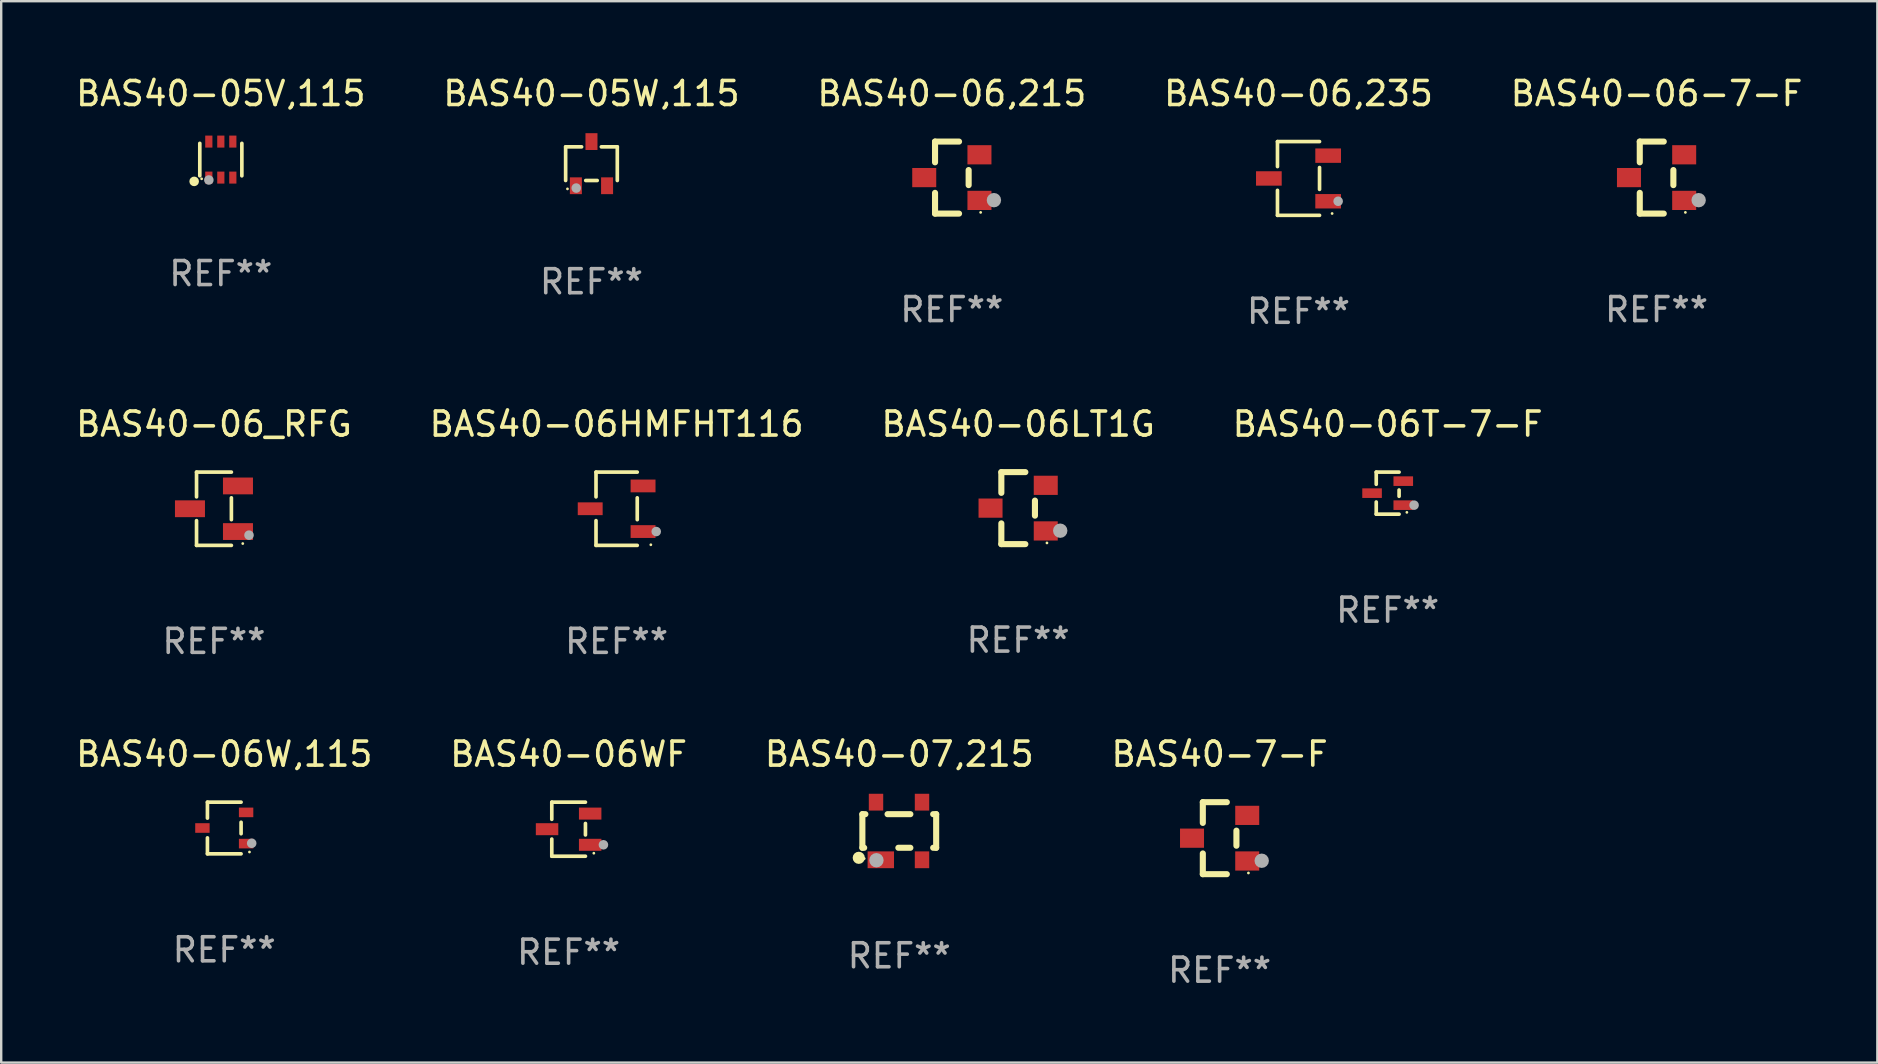
<source format=kicad_pcb>
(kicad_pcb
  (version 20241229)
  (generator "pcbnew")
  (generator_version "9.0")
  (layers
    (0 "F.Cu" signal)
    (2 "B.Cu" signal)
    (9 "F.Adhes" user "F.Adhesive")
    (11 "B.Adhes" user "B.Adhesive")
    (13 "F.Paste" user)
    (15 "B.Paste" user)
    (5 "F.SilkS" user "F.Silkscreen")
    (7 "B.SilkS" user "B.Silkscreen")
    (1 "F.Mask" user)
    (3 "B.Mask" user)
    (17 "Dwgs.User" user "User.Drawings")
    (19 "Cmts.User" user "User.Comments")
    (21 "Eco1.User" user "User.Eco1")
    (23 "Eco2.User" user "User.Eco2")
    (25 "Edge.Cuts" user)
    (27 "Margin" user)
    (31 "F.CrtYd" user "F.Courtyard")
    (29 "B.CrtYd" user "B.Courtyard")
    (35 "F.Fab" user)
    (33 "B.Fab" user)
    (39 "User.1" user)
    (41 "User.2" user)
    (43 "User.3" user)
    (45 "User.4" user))
  (footprint "BAS40-06WF"
    (layer "F.Cu")
    (at 20.637 31.492)
    (property "Reference" "BAS40-06WF" (at 0 -3.126 0) (layer "F.SilkS") (effects (font (size 1 1) (thickness 0.15))))
    (attr through_hole)
    (fp_line (start -0.701 -1.126) (end -0.701 -0.411) (stroke (width 0.152) (type solid)) (layer "F.SilkS"))
    (fp_line (start -0.701 1.126) (end -0.701 0.411) (stroke (width 0.152) (type solid)) (layer "F.SilkS"))
    (fp_line (start 0.701 -1.126) (end -0.701 -1.126) (stroke (width 0.152) (type solid)) (layer "F.SilkS"))
    (fp_line (start 0.701 -0.239) (end 0.701 0.239) (stroke (width 0.152) (type solid)) (layer "F.SilkS"))
    (fp_line (start 0.701 1.126) (end -0.701 1.126) (stroke (width 0.152) (type solid)) (layer "F.SilkS"))
    (fp_circle (center 1.05 1) (end 1.08 1) (stroke (width 0.06) (type solid)) (fill no) (layer "F.SilkS"))
    (fp_circle (center 1.45 0.65) (end 1.55 0.65) (stroke (width 0.2) (type solid)) (fill no) (layer "F.Fab"))
    (fp_text user "REF**" (at 0 5.126 0) (layer "F.Fab") (effects (font (size 1 1) (thickness 0.15))))
    (pad "1" smd rect (at 0.898 0.65) (size 0.936 0.5) (layers "F.Cu" "F.Mask" "F.Paste"))
    (pad "2" smd rect (at 0.898 -0.65) (size 0.936 0.5) (layers "F.Cu" "F.Mask" "F.Paste"))
    (pad "3" smd rect (at -0.898 0) (size 0.936 0.5) (layers "F.Cu" "F.Mask" "F.Paste")))
  (footprint "BAS40-07,215"
    (layer "F.Cu")
    (at 34.411 31.566)
    (property "Reference" "BAS40-07,215" (at 0 -3.2 0) (layer "F.SilkS") (effects (font (size 1 1) (thickness 0.15))))
    (attr through_hole)
    (fp_line (start -1.537 -0.7) (end -1.412 -0.7) (stroke (width 0.254) (type solid)) (layer "F.SilkS"))
    (fp_line (start -1.537 0.7) (end -1.537 -0.7) (stroke (width 0.254) (type solid)) (layer "F.SilkS"))
    (fp_line (start -1.537 0.7) (end -1.462 0.7) (stroke (width 0.254) (type solid)) (layer "F.SilkS"))
    (fp_line (start -0.488 -0.7) (end 0.462 -0.7) (stroke (width 0.254) (type solid)) (layer "F.SilkS"))
    (fp_line (start -0.038 0.7) (end 0.462 0.7) (stroke (width 0.254) (type solid)) (layer "F.SilkS"))
    (fp_line (start 1.412 -0.7) (end 1.537 -0.7) (stroke (width 0.254) (type solid)) (layer "F.SilkS"))
    (fp_line (start 1.412 0.7) (end 1.537 0.7) (stroke (width 0.254) (type solid)) (layer "F.SilkS"))
    (fp_line (start 1.537 0.7) (end 1.537 -0.7) (stroke (width 0.254) (type solid)) (layer "F.SilkS"))
    (fp_circle (center -1.687 1.118) (end -1.56 1.118) (stroke (width 0.254) (type solid)) (fill no) (layer "F.SilkS"))
    (fp_circle (center -1.461 1.15) (end -1.431 1.15) (stroke (width 0.06) (type solid)) (fill no) (layer "F.SilkS"))
    (fp_circle (center -0.951 1.219) (end -0.801 1.219) (stroke (width 0.3) (type solid)) (fill no) (layer "F.Fab"))
    (fp_text user "REF**" (at 0 5.2 0) (layer "F.Fab") (effects (font (size 1 1) (thickness 0.15))))
    (pad "1" smd rect (at -0.769 1.2) (size 1.1 0.7) (layers "F.Cu" "F.Mask" "F.Paste"))
    (pad "2" smd rect (at 0.947 1.2) (size 0.6 0.7) (layers "F.Cu" "F.Mask" "F.Paste"))
    (pad "3" smd rect (at 0.947 -1.2) (size 0.6 0.7) (layers "F.Cu" "F.Mask" "F.Paste"))
    (pad "4" smd rect (at -0.969 -1.2) (size 0.6 0.7) (layers "F.Cu" "F.Mask" "F.Paste")))
  (footprint "BAS40-05V,115"
    (layer "F.Cu")
    (at 6.149 3.598)
    (property "Reference" "BAS40-05V,115" (at 0 -2.75 0) (layer "F.SilkS") (effects (font (size 1 1) (thickness 0.15))))
    (attr through_hole)
    (fp_line (start -0.876 0.676) (end -0.876 -0.676) (stroke (width 0.152) (type solid)) (layer "F.SilkS"))
    (fp_line (start 0.876 0.676) (end 0.876 -0.676) (stroke (width 0.152) (type solid)) (layer "F.SilkS"))
    (fp_circle (center -1.111 0.908) (end -1.011 0.908) (stroke (width 0.2) (type solid)) (fill no) (layer "F.SilkS"))
    (fp_circle (center -0.8 0.8) (end -0.77 0.8) (stroke (width 0.06) (type solid)) (fill no) (layer "F.SilkS"))
    (fp_circle (center -0.499 0.85) (end -0.399 0.85) (stroke (width 0.2) (type solid)) (fill no) (layer "F.Fab"))
    (fp_text user "REF**" (at 0 4.75 0) (layer "F.Fab") (effects (font (size 1 1) (thickness 0.15))))
    (pad "1" smd rect (at -0.5 0.75) (size 0.3 0.5) (layers "F.Cu" "F.Mask" "F.Paste"))
    (pad "2" smd rect (at 0 0.75) (size 0.3 0.5) (layers "F.Cu" "F.Mask" "F.Paste"))
    (pad "3" smd rect (at 0.5 0.75) (size 0.3 0.5) (layers "F.Cu" "F.Mask" "F.Paste"))
    (pad "4" smd rect (at 0.5 -0.75) (size 0.3 0.5) (layers "F.Cu" "F.Mask" "F.Paste"))
    (pad "5" smd rect (at 0 -0.75) (size 0.3 0.5) (layers "F.Cu" "F.Mask" "F.Paste"))
    (pad "6" smd rect (at -0.5 -0.75) (size 0.3 0.5) (layers "F.Cu" "F.Mask" "F.Paste")))
  (footprint "BAS40-7-F"
    (layer "F.Cu")
    (at 47.756 31.866)
    (property "Reference" "BAS40-7-F" (at 0 -3.5 0) (layer "F.SilkS") (effects (font (size 1 1) (thickness 0.15))))
    (attr through_hole)
    (fp_line (start -0.7 -1.5) (end 0.3 -1.5) (stroke (width 0.254) (type solid)) (layer "F.SilkS"))
    (fp_line (start -0.7 -0.636) (end -0.7 -1.5) (stroke (width 0.254) (type solid)) (layer "F.SilkS"))
    (fp_line (start -0.7 1.5) (end -0.7 0.636) (stroke (width 0.254) (type solid)) (layer "F.SilkS"))
    (fp_line (start -0.7 1.5) (end 0.3 1.5) (stroke (width 0.254) (type solid)) (layer "F.SilkS"))
    (fp_line (start 0.7 0.314) (end 0.7 -0.314) (stroke (width 0.254) (type solid)) (layer "F.SilkS"))
    (fp_circle (center 1.2 1.45) (end 1.23 1.45) (stroke (width 0.06) (type solid)) (fill no) (layer "F.SilkS"))
    (fp_circle (center 1.753 0.94) (end 1.903 0.94) (stroke (width 0.3) (type solid)) (fill no) (layer "F.Fab"))
    (fp_text user "REF**" (at 0 5.5 0) (layer "F.Fab") (effects (font (size 1 1) (thickness 0.15))))
    (pad "1" smd rect (at 1.15 0.95 180) (size 1 0.8) (layers "F.Cu" "F.Mask" "F.Paste"))
    (pad "2" smd rect (at 1.15 -0.95 180) (size 1 0.8) (layers "F.Cu" "F.Mask" "F.Paste"))
    (pad "3" smd rect (at -1.15 -0.000051 180) (size 1 0.8) (layers "F.Cu" "F.Mask" "F.Paste")))
  (footprint "BAS40-06-7-F"
    (layer "F.Cu")
    (at 65.958 4.348)
    (property "Reference" "BAS40-06-7-F" (at 0 -3.5 0) (layer "F.SilkS") (effects (font (size 1 1) (thickness 0.15))))
    (attr through_hole)
    (fp_line (start -0.7 -1.5) (end 0.3 -1.5) (stroke (width 0.254) (type solid)) (layer "F.SilkS"))
    (fp_line (start -0.7 -0.636) (end -0.7 -1.5) (stroke (width 0.254) (type solid)) (layer "F.SilkS"))
    (fp_line (start -0.7 1.5) (end -0.7 0.636) (stroke (width 0.254) (type solid)) (layer "F.SilkS"))
    (fp_line (start -0.7 1.5) (end 0.3 1.5) (stroke (width 0.254) (type solid)) (layer "F.SilkS"))
    (fp_line (start 0.7 0.314) (end 0.7 -0.314) (stroke (width 0.254) (type solid)) (layer "F.SilkS"))
    (fp_circle (center 1.2 1.45) (end 1.23 1.45) (stroke (width 0.06) (type solid)) (fill no) (layer "F.SilkS"))
    (fp_circle (center 1.753 0.94) (end 1.903 0.94) (stroke (width 0.3) (type solid)) (fill no) (layer "F.Fab"))
    (fp_text user "REF**" (at 0 5.5 0) (layer "F.Fab") (effects (font (size 1 1) (thickness 0.15))))
    (pad "1" smd rect (at 1.15 0.95 180) (size 1 0.8) (layers "F.Cu" "F.Mask" "F.Paste"))
    (pad "2" smd rect (at 1.15 -0.95 180) (size 1 0.8) (layers "F.Cu" "F.Mask" "F.Paste"))
    (pad "3" smd rect (at -1.15 -0.000051 180) (size 1 0.8) (layers "F.Cu" "F.Mask" "F.Paste")))
  (footprint "BAS40-06_RFG"
    (layer "F.Cu")
    (at 5.863 18.143)
    (property "Reference" "BAS40-06_RFG" (at 0 -3.526 0) (layer "F.SilkS") (effects (font (size 1 1) (thickness 0.15))))
    (attr through_hole)
    (fp_line (start -0.726 -1.526) (end -0.726 -0.495) (stroke (width 0.152) (type solid)) (layer "F.SilkS"))
    (fp_line (start -0.726 1.526) (end -0.726 0.495) (stroke (width 0.152) (type solid)) (layer "F.SilkS"))
    (fp_line (start 0.726 -1.526) (end -0.726 -1.526) (stroke (width 0.152) (type solid)) (layer "F.SilkS"))
    (fp_line (start 0.726 -0.455) (end 0.726 0.455) (stroke (width 0.152) (type solid)) (layer "F.SilkS"))
    (fp_line (start 0.726 1.526) (end -0.726 1.526) (stroke (width 0.152) (type solid)) (layer "F.SilkS"))
    (fp_circle (center 1.2 1.45) (end 1.23 1.45) (stroke (width 0.06) (type solid)) (fill no) (layer "F.SilkS"))
    (fp_circle (center 1.46 1.1) (end 1.56 1.1) (stroke (width 0.2) (type solid)) (fill no) (layer "F.Fab"))
    (fp_text user "REF**" (at 0 5.526 0) (layer "F.Fab") (effects (font (size 1 1) (thickness 0.15))))
    (pad "1" smd rect (at 1 0.95) (size 1.25 0.7) (layers "F.Cu" "F.Mask" "F.Paste"))
    (pad "2" smd rect (at 1 -0.95) (size 1.25 0.7) (layers "F.Cu" "F.Mask" "F.Paste"))
    (pad "3" smd rect (at -1 0) (size 1.25 0.7) (layers "F.Cu" "F.Mask" "F.Paste")))
  (footprint "BAS40-06,235"
    (layer "F.Cu")
    (at 51.042 4.384)
    (property "Reference" "BAS40-06,235" (at 0 -3.536 0) (layer "F.SilkS") (effects (font (size 1 1) (thickness 0.15))))
    (attr through_hole)
    (fp_line (start -0.876 -1.536) (end -0.876 -0.495) (stroke (width 0.152) (type solid)) (layer "F.SilkS"))
    (fp_line (start -0.876 1.536) (end -0.876 0.495) (stroke (width 0.152) (type solid)) (layer "F.SilkS"))
    (fp_line (start 0.876 -1.536) (end -0.876 -1.536) (stroke (width 0.152) (type solid)) (layer "F.SilkS"))
    (fp_line (start 0.876 -0.455) (end 0.876 0.455) (stroke (width 0.152) (type solid)) (layer "F.SilkS"))
    (fp_line (start 0.876 1.536) (end -0.876 1.536) (stroke (width 0.152) (type solid)) (layer "F.SilkS"))
    (fp_circle (center 1.4 1.46) (end 1.43 1.46) (stroke (width 0.06) (type solid)) (fill no) (layer "F.SilkS"))
    (fp_circle (center 1.651 0.95) (end 1.751 0.95) (stroke (width 0.2) (type solid)) (fill no) (layer "F.Fab"))
    (fp_text user "REF**" (at 0 5.536 0) (layer "F.Fab") (effects (font (size 1 1) (thickness 0.15))))
    (pad "1" smd rect (at 1.235 0.95) (size 1.07 0.6) (layers "F.Cu" "F.Mask" "F.Paste"))
    (pad "2" smd rect (at 1.235 -0.95) (size 1.07 0.6) (layers "F.Cu" "F.Mask" "F.Paste"))
    (pad "3" smd rect (at -1.235 0) (size 1.07 0.6) (layers "F.Cu" "F.Mask" "F.Paste")))
  (footprint "BAS40-06HMFHT116"
    (layer "F.Cu")
    (at 22.637 18.143)
    (property "Reference" "BAS40-06HMFHT116" (at 0 -3.526 0) (layer "F.SilkS") (effects (font (size 1 1) (thickness 0.15))))
    (attr through_hole)
    (fp_line (start -0.859 -1.526) (end -0.859 -0.495) (stroke (width 0.152) (type solid)) (layer "F.SilkS"))
    (fp_line (start -0.859 1.526) (end -0.859 0.495) (stroke (width 0.152) (type solid)) (layer "F.SilkS"))
    (fp_line (start 0.859 -1.526) (end -0.859 -1.526) (stroke (width 0.152) (type solid)) (layer "F.SilkS"))
    (fp_line (start 0.859 -0.455) (end 0.859 0.455) (stroke (width 0.152) (type solid)) (layer "F.SilkS"))
    (fp_line (start 0.859 1.526) (end -0.859 1.526) (stroke (width 0.152) (type solid)) (layer "F.SilkS"))
    (fp_circle (center 1.425 1.5) (end 1.455 1.5) (stroke (width 0.06) (type solid)) (fill no) (layer "F.SilkS"))
    (fp_circle (center 1.65 0.95) (end 1.75 0.95) (stroke (width 0.2) (type solid)) (fill no) (layer "F.Fab"))
    (fp_text user "REF**" (at 0 5.526 0) (layer "F.Fab") (effects (font (size 1 1) (thickness 0.15))))
    (pad "1" smd rect (at 1.101 0.95) (size 1.037 0.532) (layers "F.Cu" "F.Mask" "F.Paste"))
    (pad "2" smd rect (at 1.101 -0.95) (size 1.037 0.532) (layers "F.Cu" "F.Mask" "F.Paste"))
    (pad "3" smd rect (at -1.101 0) (size 1.037 0.532) (layers "F.Cu" "F.Mask" "F.Paste")))
  (footprint "BAS40-06T-7-F"
    (layer "F.Cu")
    (at 54.756 17.493)
    (property "Reference" "BAS40-06T-7-F" (at 0 -2.876 0) (layer "F.SilkS") (effects (font (size 1 1) (thickness 0.15))))
    (attr through_hole)
    (fp_line (start -0.476 -0.876) (end -0.476 -0.369) (stroke (width 0.152) (type solid)) (layer "F.SilkS"))
    (fp_line (start -0.476 0.876) (end -0.476 0.369) (stroke (width 0.152) (type solid)) (layer "F.SilkS"))
    (fp_line (start 0.476 -0.876) (end -0.476 -0.876) (stroke (width 0.152) (type solid)) (layer "F.SilkS"))
    (fp_line (start 0.476 -0.131) (end 0.476 0.131) (stroke (width 0.152) (type solid)) (layer "F.SilkS"))
    (fp_line (start 0.476 0.876) (end -0.476 0.876) (stroke (width 0.152) (type solid)) (layer "F.SilkS"))
    (fp_circle (center 0.8 0.8) (end 0.83 0.8) (stroke (width 0.06) (type solid)) (fill no) (layer "F.SilkS"))
    (fp_circle (center 1.1 0.5) (end 1.2 0.5) (stroke (width 0.2) (type solid)) (fill no) (layer "F.Fab"))
    (fp_text user "REF**" (at 0 4.876 0) (layer "F.Fab") (effects (font (size 1 1) (thickness 0.15))))
    (pad "1" smd rect (at 0.65 0.5) (size 0.816 0.4) (layers "F.Cu" "F.Mask" "F.Paste"))
    (pad "2" smd rect (at 0.65 -0.5) (size 0.816 0.4) (layers "F.Cu" "F.Mask" "F.Paste"))
    (pad "3" smd rect (at -0.65 0) (size 0.816 0.4) (layers "F.Cu" "F.Mask" "F.Paste")))
  (footprint "BAS40-06W,115"
    (layer "F.Cu")
    (at 6.292 31.442)
    (property "Reference" "BAS40-06W,115" (at 0 -3.076 0) (layer "F.SilkS") (effects (font (size 1 1) (thickness 0.15))))
    (attr through_hole)
    (fp_line (start -0.701 -1.076) (end -0.701 -0.411) (stroke (width 0.152) (type solid)) (layer "F.SilkS"))
    (fp_line (start -0.701 1.076) (end -0.701 0.411) (stroke (width 0.152) (type solid)) (layer "F.SilkS"))
    (fp_line (start 0.701 -1.076) (end -0.701 -1.076) (stroke (width 0.152) (type solid)) (layer "F.SilkS"))
    (fp_line (start 0.701 -0.239) (end 0.701 0.239) (stroke (width 0.152) (type solid)) (layer "F.SilkS"))
    (fp_line (start 0.701 1.076) (end -0.701 1.076) (stroke (width 0.152) (type solid)) (layer "F.SilkS"))
    (fp_circle (center 1.05 1) (end 1.08 1) (stroke (width 0.06) (type solid)) (fill no) (layer "F.SilkS"))
    (fp_circle (center 1.143 0.635) (end 1.243 0.635) (stroke (width 0.2) (type solid)) (fill no) (layer "F.Fab"))
    (fp_text user "REF**" (at 0 5.076 0) (layer "F.Fab") (effects (font (size 1 1) (thickness 0.15))))
    (pad "1" smd rect (at 0.91 0.65) (size 0.6 0.4) (layers "F.Cu" "F.Mask" "F.Paste"))
    (pad "2" smd rect (at 0.91 -0.65) (size 0.6 0.4) (layers "F.Cu" "F.Mask" "F.Paste"))
    (pad "3" smd rect (at -0.91 0) (size 0.6 0.4) (layers "F.Cu" "F.Mask" "F.Paste")))
  (footprint "BAS40-06,215"
    (layer "F.Cu")
    (at 36.601 4.348)
    (property "Reference" "BAS40-06,215" (at 0 -3.5 0) (layer "F.SilkS") (effects (font (size 1 1) (thickness 0.15))))
    (attr through_hole)
    (fp_line (start -0.7 -1.5) (end 0.3 -1.5) (stroke (width 0.254) (type solid)) (layer "F.SilkS"))
    (fp_line (start -0.7 -0.636) (end -0.7 -1.5) (stroke (width 0.254) (type solid)) (layer "F.SilkS"))
    (fp_line (start -0.7 1.5) (end -0.7 0.636) (stroke (width 0.254) (type solid)) (layer "F.SilkS"))
    (fp_line (start -0.7 1.5) (end 0.3 1.5) (stroke (width 0.254) (type solid)) (layer "F.SilkS"))
    (fp_line (start 0.7 0.314) (end 0.7 -0.314) (stroke (width 0.254) (type solid)) (layer "F.SilkS"))
    (fp_circle (center 1.2 1.45) (end 1.23 1.45) (stroke (width 0.06) (type solid)) (fill no) (layer "F.SilkS"))
    (fp_circle (center 1.753 0.94) (end 1.903 0.94) (stroke (width 0.3) (type solid)) (fill no) (layer "F.Fab"))
    (fp_text user "REF**" (at 0 5.5 0) (layer "F.Fab") (effects (font (size 1 1) (thickness 0.15))))
    (pad "1" smd rect (at 1.15 0.95 180) (size 1 0.8) (layers "F.Cu" "F.Mask" "F.Paste"))
    (pad "2" smd rect (at 1.15 -0.95 180) (size 1 0.8) (layers "F.Cu" "F.Mask" "F.Paste"))
    (pad "3" smd rect (at -1.15 -0.000051 180) (size 1 0.8) (layers "F.Cu" "F.Mask" "F.Paste")))
  (footprint "BAS40-06LT1G"
    (layer "F.Cu")
    (at 39.363 18.117)
    (property "Reference" "BAS40-06LT1G" (at 0 -3.5 0) (layer "F.SilkS") (effects (font (size 1 1) (thickness 0.15))))
    (attr through_hole)
    (fp_line (start -0.7 -1.5) (end 0.3 -1.5) (stroke (width 0.254) (type solid)) (layer "F.SilkS"))
    (fp_line (start -0.7 -0.636) (end -0.7 -1.5) (stroke (width 0.254) (type solid)) (layer "F.SilkS"))
    (fp_line (start -0.7 1.5) (end -0.7 0.636) (stroke (width 0.254) (type solid)) (layer "F.SilkS"))
    (fp_line (start -0.7 1.5) (end 0.3 1.5) (stroke (width 0.254) (type solid)) (layer "F.SilkS"))
    (fp_line (start 0.7 0.314) (end 0.7 -0.314) (stroke (width 0.254) (type solid)) (layer "F.SilkS"))
    (fp_circle (center 1.2 1.45) (end 1.23 1.45) (stroke (width 0.06) (type solid)) (fill no) (layer "F.SilkS"))
    (fp_circle (center 1.753 0.94) (end 1.903 0.94) (stroke (width 0.3) (type solid)) (fill no) (layer "F.Fab"))
    (fp_text user "REF**" (at 0 5.5 0) (layer "F.Fab") (effects (font (size 1 1) (thickness 0.15))))
    (pad "1" smd rect (at 1.15 0.95 180) (size 1 0.8) (layers "F.Cu" "F.Mask" "F.Paste"))
    (pad "2" smd rect (at 1.15 -0.95 180) (size 1 0.8) (layers "F.Cu" "F.Mask" "F.Paste"))
    (pad "3" smd rect (at -1.15 -0.000051 180) (size 1 0.8) (layers "F.Cu" "F.Mask" "F.Paste")))
  (footprint "BAS40-05W,115"
    (layer "F.Cu")
    (at 21.589 3.768)
    (property "Reference" "BAS40-05W,115" (at 0 -2.92 0) (layer "F.SilkS") (effects (font (size 1 1) (thickness 0.15))))
    (attr through_hole)
    (fp_line (start -1.076 -0.701) (end -0.411 -0.701) (stroke (width 0.152) (type solid)) (layer "F.SilkS"))
    (fp_line (start -1.076 0.701) (end -1.076 -0.701) (stroke (width 0.152) (type solid)) (layer "F.SilkS"))
    (fp_line (start 0.239 0.701) (end -0.239 0.701) (stroke (width 0.152) (type solid)) (layer "F.SilkS"))
    (fp_line (start 1.076 -0.701) (end 0.411 -0.701) (stroke (width 0.152) (type solid)) (layer "F.SilkS"))
    (fp_line (start 1.076 0.701) (end 1.076 -0.701) (stroke (width 0.152) (type solid)) (layer "F.SilkS"))
    (fp_circle (center -1 1.05) (end -0.97 1.05) (stroke (width 0.06) (type solid)) (fill no) (layer "F.SilkS"))
    (fp_circle (center -0.635 1.016) (end -0.535 1.016) (stroke (width 0.2) (type solid)) (fill no) (layer "F.Fab"))
    (fp_text user "REF**" (at 0 4.92 0) (layer "F.Fab") (effects (font (size 1 1) (thickness 0.15))))
    (pad "1" smd rect (at -0.65 0.92 270) (size 0.7 0.5) (layers "F.Cu" "F.Mask" "F.Paste"))
    (pad "2" smd rect (at 0.65 0.92 270) (size 0.7 0.5) (layers "F.Cu" "F.Mask" "F.Paste"))
    (pad "3" smd rect (at 0.000025 -0.92 270) (size 0.7 0.5) (layers "F.Cu" "F.Mask" "F.Paste")))
  (gr_rect
    (start -3 -3)
    (end 75.155 41.214)
    (stroke (width 0.1) (type default))
    (fill no)
    (layer "Edge.Cuts")))
</source>
